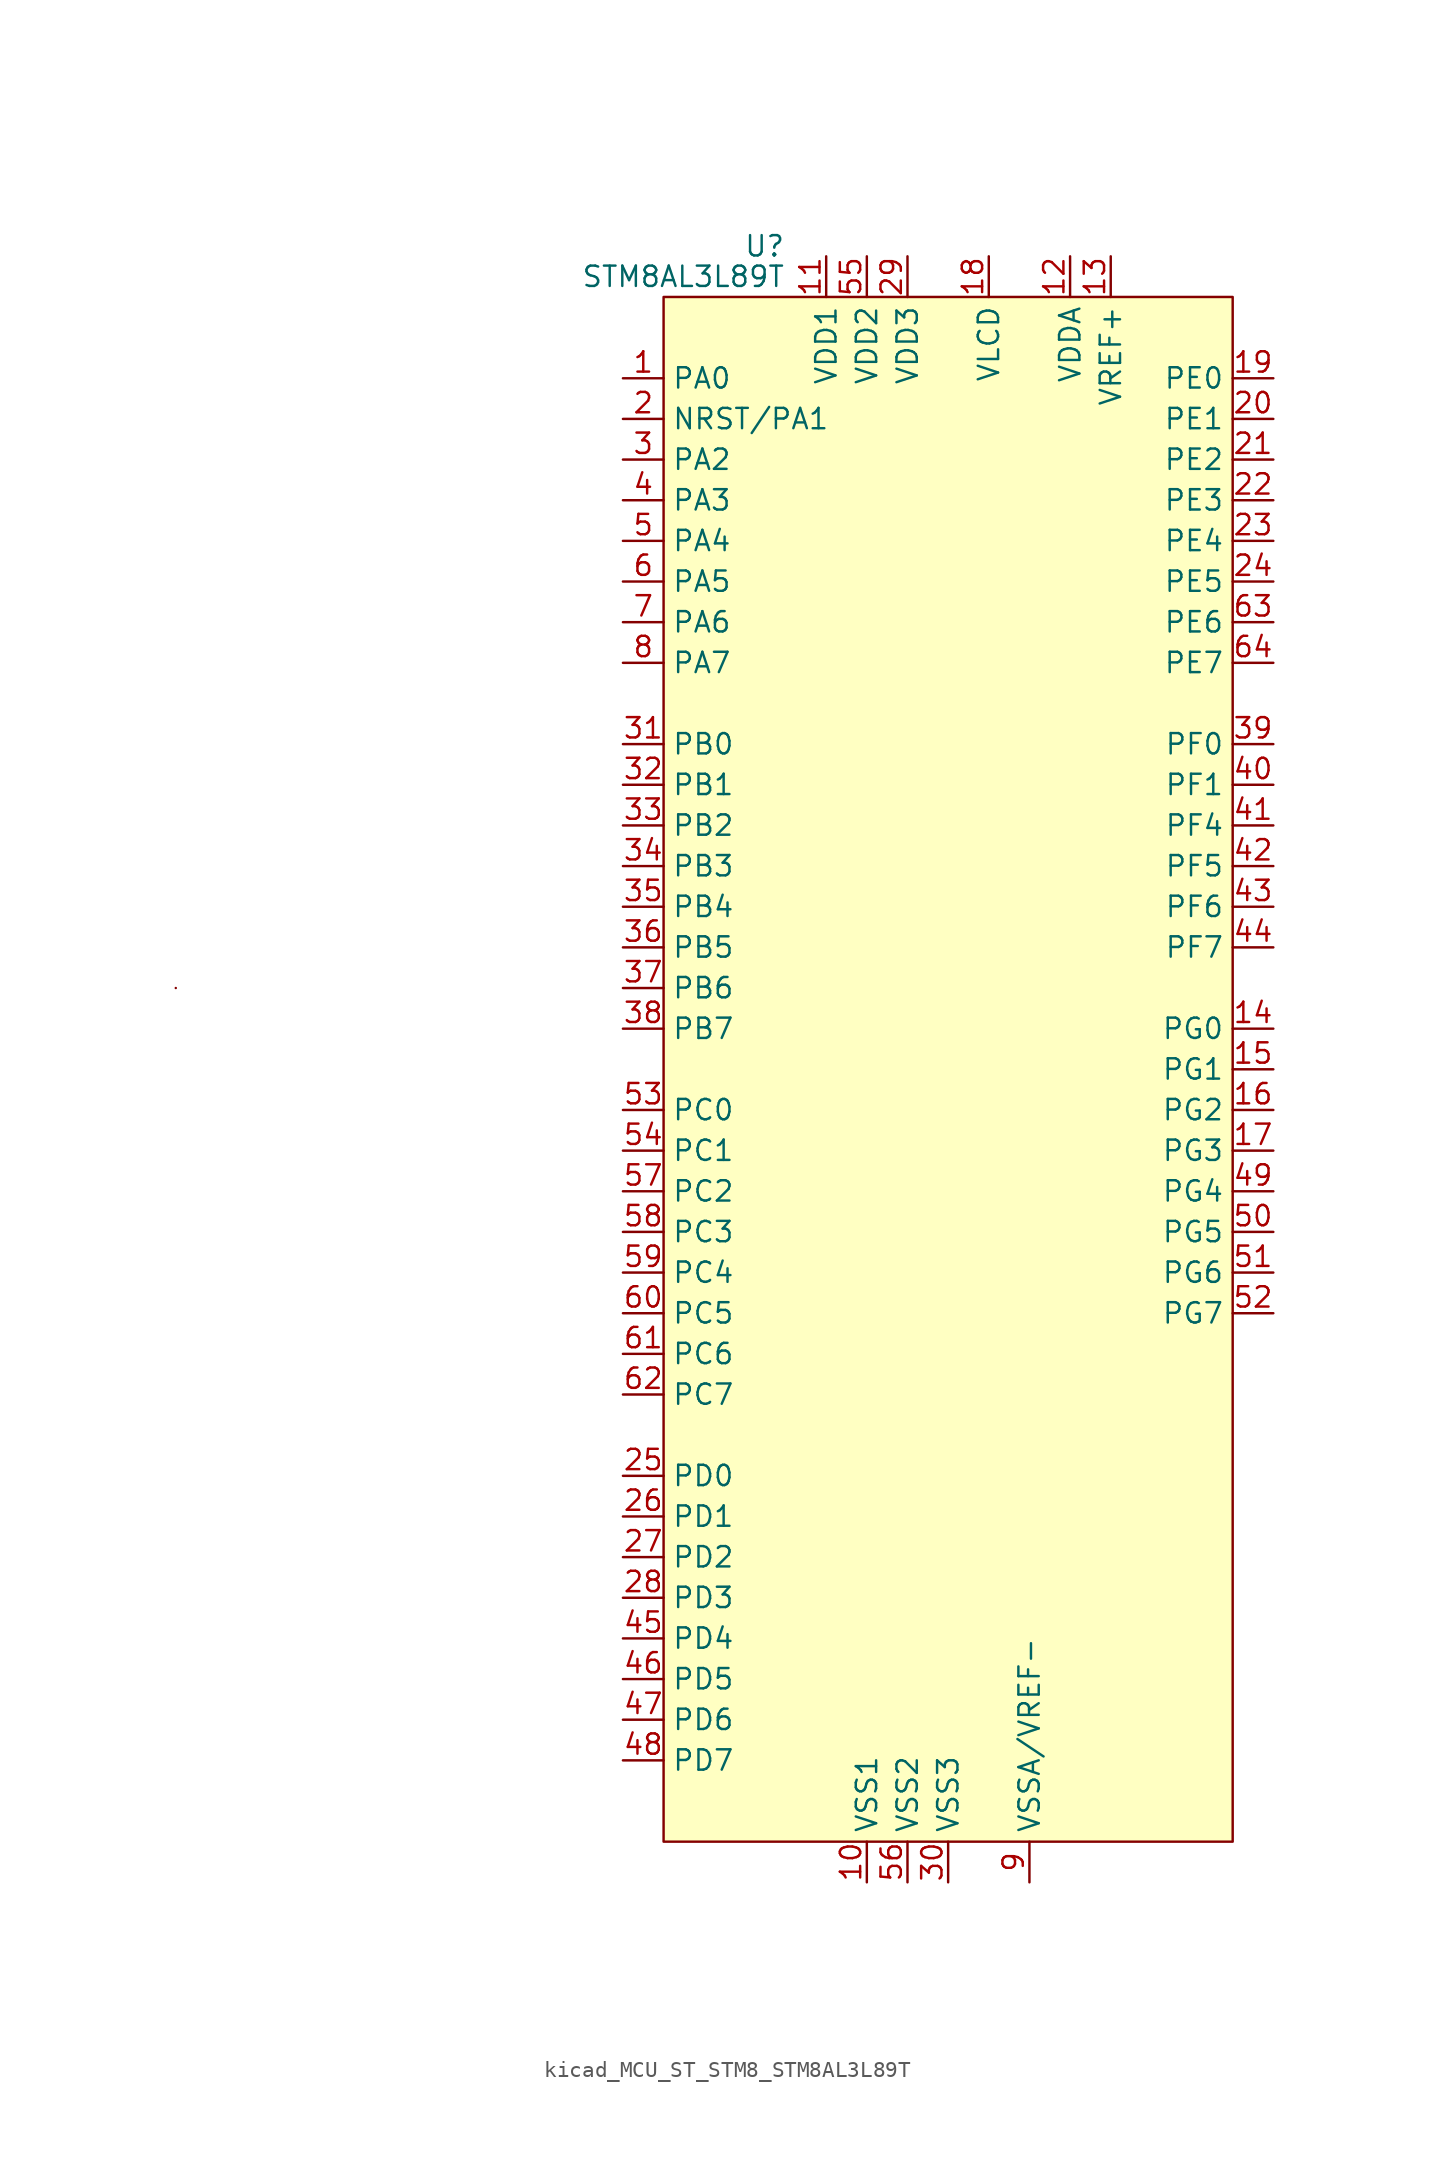
<source format=kicad_sym>
(kicad_symbol_lib
  (version 20220914)
  (generator kicad_symbol_editor)
  (symbol "kicad_MCU_ST_STM8_STM8AL3L89T"
    (property "Reference" "U"
      (at -10.16 51.435 0)
      (effects (font (size 1.27 1.27)) (justify right)))
    (property "Value" "STM8AL3L89T"
      (at -10.16 49.53 0)
      (effects (font (size 1.27 1.27)) (justify right)))
    (symbol "kicad_MCU_ST_STM8_STM8AL3L89T_0_0"
      (pin bidirectional line (at -20.32 43.18 0) (length 2.54) (name "PA0" (effects (font (size 1.27 1.27)))) (number "1" (effects (font (size 1.27 1.27)))))
      (pin power_in line (at -5.08 -50.8 90) (length 2.54) (name "VSS1" (effects (font (size 1.27 1.27)))) (number "10" (effects (font (size 1.27 1.27)))))
      (pin power_in line (at -7.62 50.8 270) (length 2.54) (name "VDD1" (effects (font (size 1.27 1.27)))) (number "11" (effects (font (size 1.27 1.27)))))
      (pin power_in line (at 7.62 50.8 270) (length 2.54) (name "VDDA" (effects (font (size 1.27 1.27)))) (number "12" (effects (font (size 1.27 1.27)))))
      (pin power_in line (at 10.16 50.8 270) (length 2.54) (name "VREF+" (effects (font (size 1.27 1.27)))) (number "13" (effects (font (size 1.27 1.27)))))
      (pin bidirectional line (at 20.32 2.54 180) (length 2.54) (name "PG0" (effects (font (size 1.27 1.27)))) (number "14" (effects (font (size 1.27 1.27)))))
      (pin bidirectional line (at 20.32 0 180) (length 2.54) (name "PG1" (effects (font (size 1.27 1.27)))) (number "15" (effects (font (size 1.27 1.27)))))
      (pin bidirectional line (at 20.32 -2.54 180) (length 2.54) (name "PG2" (effects (font (size 1.27 1.27)))) (number "16" (effects (font (size 1.27 1.27)))))
      (pin bidirectional line (at 20.32 -5.08 180) (length 2.54) (name "PG3" (effects (font (size 1.27 1.27)))) (number "17" (effects (font (size 1.27 1.27)))))
      (pin power_in line (at 2.54 50.8 270) (length 2.54) (name "VLCD" (effects (font (size 1.27 1.27)))) (number "18" (effects (font (size 1.27 1.27)))))
      (pin bidirectional line (at 20.32 43.18 180) (length 2.54) (name "PE0" (effects (font (size 1.27 1.27)))) (number "19" (effects (font (size 1.27 1.27)))))
      (pin bidirectional line (at -20.32 40.64 0) (length 2.54) (name "NRST/PA1" (effects (font (size 1.27 1.27)))) (number "2" (effects (font (size 1.27 1.27)))))
      (pin bidirectional line (at 20.32 40.64 180) (length 2.54) (name "PE1" (effects (font (size 1.27 1.27)))) (number "20" (effects (font (size 1.27 1.27)))))
      (pin bidirectional line (at 20.32 38.1 180) (length 2.54) (name "PE2" (effects (font (size 1.27 1.27)))) (number "21" (effects (font (size 1.27 1.27)))))
      (pin bidirectional line (at 20.32 35.56 180) (length 2.54) (name "PE3" (effects (font (size 1.27 1.27)))) (number "22" (effects (font (size 1.27 1.27)))))
      (pin bidirectional line (at 20.32 33.02 180) (length 2.54) (name "PE4" (effects (font (size 1.27 1.27)))) (number "23" (effects (font (size 1.27 1.27)))))
      (pin bidirectional line (at 20.32 30.48 180) (length 2.54) (name "PE5" (effects (font (size 1.27 1.27)))) (number "24" (effects (font (size 1.27 1.27)))))
      (pin bidirectional line (at -20.32 -25.4 0) (length 2.54) (name "PD0" (effects (font (size 1.27 1.27)))) (number "25" (effects (font (size 1.27 1.27)))))
      (pin bidirectional line (at -20.32 -27.94 0) (length 2.54) (name "PD1" (effects (font (size 1.27 1.27)))) (number "26" (effects (font (size 1.27 1.27)))))
      (pin bidirectional line (at -20.32 -30.48 0) (length 2.54) (name "PD2" (effects (font (size 1.27 1.27)))) (number "27" (effects (font (size 1.27 1.27)))))
      (pin bidirectional line (at -20.32 -33.02 0) (length 2.54) (name "PD3" (effects (font (size 1.27 1.27)))) (number "28" (effects (font (size 1.27 1.27)))))
      (pin power_in line (at -2.54 50.8 270) (length 2.54) (name "VDD3" (effects (font (size 1.27 1.27)))) (number "29" (effects (font (size 1.27 1.27)))))
      (pin bidirectional line (at -20.32 38.1 0) (length 2.54) (name "PA2" (effects (font (size 1.27 1.27)))) (number "3" (effects (font (size 1.27 1.27)))))
      (pin power_in line (at 0 -50.8 90) (length 2.54) (name "VSS3" (effects (font (size 1.27 1.27)))) (number "30" (effects (font (size 1.27 1.27)))))
      (pin bidirectional line (at -20.32 20.32 0) (length 2.54) (name "PB0" (effects (font (size 1.27 1.27)))) (number "31" (effects (font (size 1.27 1.27)))))
      (pin bidirectional line (at -20.32 17.78 0) (length 2.54) (name "PB1" (effects (font (size 1.27 1.27)))) (number "32" (effects (font (size 1.27 1.27)))))
      (pin bidirectional line (at -20.32 15.24 0) (length 2.54) (name "PB2" (effects (font (size 1.27 1.27)))) (number "33" (effects (font (size 1.27 1.27)))))
      (pin bidirectional line (at -20.32 12.7 0) (length 2.54) (name "PB3" (effects (font (size 1.27 1.27)))) (number "34" (effects (font (size 1.27 1.27)))))
      (pin bidirectional line (at -20.32 10.16 0) (length 2.54) (name "PB4" (effects (font (size 1.27 1.27)))) (number "35" (effects (font (size 1.27 1.27)))))
      (pin bidirectional line (at -20.32 7.62 0) (length 2.54) (name "PB5" (effects (font (size 1.27 1.27)))) (number "36" (effects (font (size 1.27 1.27)))))
      (pin bidirectional line (at -20.32 5.08 0) (length 2.54) (name "PB6" (effects (font (size 1.27 1.27)))) (number "37" (effects (font (size 1.27 1.27)))))
      (pin bidirectional line (at -20.32 2.54 0) (length 2.54) (name "PB7" (effects (font (size 1.27 1.27)))) (number "38" (effects (font (size 1.27 1.27)))))
      (pin bidirectional line (at 20.32 20.32 180) (length 2.54) (name "PF0" (effects (font (size 1.27 1.27)))) (number "39" (effects (font (size 1.27 1.27)))))
      (pin bidirectional line (at -20.32 35.56 0) (length 2.54) (name "PA3" (effects (font (size 1.27 1.27)))) (number "4" (effects (font (size 1.27 1.27)))))
      (pin bidirectional line (at 20.32 17.78 180) (length 2.54) (name "PF1" (effects (font (size 1.27 1.27)))) (number "40" (effects (font (size 1.27 1.27)))))
      (pin bidirectional line (at 20.32 15.24 180) (length 2.54) (name "PF4" (effects (font (size 1.27 1.27)))) (number "41" (effects (font (size 1.27 1.27)))))
      (pin bidirectional line (at 20.32 12.7 180) (length 2.54) (name "PF5" (effects (font (size 1.27 1.27)))) (number "42" (effects (font (size 1.27 1.27)))))
      (pin bidirectional line (at 20.32 10.16 180) (length 2.54) (name "PF6" (effects (font (size 1.27 1.27)))) (number "43" (effects (font (size 1.27 1.27)))))
      (pin bidirectional line (at 20.32 7.62 180) (length 2.54) (name "PF7" (effects (font (size 1.27 1.27)))) (number "44" (effects (font (size 1.27 1.27)))))
      (pin bidirectional line (at -20.32 -35.56 0) (length 2.54) (name "PD4" (effects (font (size 1.27 1.27)))) (number "45" (effects (font (size 1.27 1.27)))))
      (pin bidirectional line (at -20.32 -38.1 0) (length 2.54) (name "PD5" (effects (font (size 1.27 1.27)))) (number "46" (effects (font (size 1.27 1.27)))))
      (pin bidirectional line (at -20.32 -40.64 0) (length 2.54) (name "PD6" (effects (font (size 1.27 1.27)))) (number "47" (effects (font (size 1.27 1.27)))))
      (pin bidirectional line (at -20.32 -43.18 0) (length 2.54) (name "PD7" (effects (font (size 1.27 1.27)))) (number "48" (effects (font (size 1.27 1.27)))))
      (pin bidirectional line (at 20.32 -7.62 180) (length 2.54) (name "PG4" (effects (font (size 1.27 1.27)))) (number "49" (effects (font (size 1.27 1.27)))))
      (pin bidirectional line (at -20.32 33.02 0) (length 2.54) (name "PA4" (effects (font (size 1.27 1.27)))) (number "5" (effects (font (size 1.27 1.27)))))
      (pin bidirectional line (at 20.32 -10.16 180) (length 2.54) (name "PG5" (effects (font (size 1.27 1.27)))) (number "50" (effects (font (size 1.27 1.27)))))
      (pin bidirectional line (at 20.32 -12.7 180) (length 2.54) (name "PG6" (effects (font (size 1.27 1.27)))) (number "51" (effects (font (size 1.27 1.27)))))
      (pin bidirectional line (at 20.32 -15.24 180) (length 2.54) (name "PG7" (effects (font (size 1.27 1.27)))) (number "52" (effects (font (size 1.27 1.27)))))
      (pin bidirectional line (at -20.32 -2.54 0) (length 2.54) (name "PC0" (effects (font (size 1.27 1.27)))) (number "53" (effects (font (size 1.27 1.27)))))
      (pin bidirectional line (at -20.32 -5.08 0) (length 2.54) (name "PC1" (effects (font (size 1.27 1.27)))) (number "54" (effects (font (size 1.27 1.27)))))
      (pin power_in line (at -5.08 50.8 270) (length 2.54) (name "VDD2" (effects (font (size 1.27 1.27)))) (number "55" (effects (font (size 1.27 1.27)))))
      (pin power_in line (at -2.54 -50.8 90) (length 2.54) (name "VSS2" (effects (font (size 1.27 1.27)))) (number "56" (effects (font (size 1.27 1.27)))))
      (pin bidirectional line (at -20.32 -7.62 0) (length 2.54) (name "PC2" (effects (font (size 1.27 1.27)))) (number "57" (effects (font (size 1.27 1.27)))))
      (pin bidirectional line (at -20.32 -10.16 0) (length 2.54) (name "PC3" (effects (font (size 1.27 1.27)))) (number "58" (effects (font (size 1.27 1.27)))))
      (pin bidirectional line (at -20.32 -12.7 0) (length 2.54) (name "PC4" (effects (font (size 1.27 1.27)))) (number "59" (effects (font (size 1.27 1.27)))))
      (pin bidirectional line (at -20.32 30.48 0) (length 2.54) (name "PA5" (effects (font (size 1.27 1.27)))) (number "6" (effects (font (size 1.27 1.27)))))
      (pin bidirectional line (at -20.32 -15.24 0) (length 2.54) (name "PC5" (effects (font (size 1.27 1.27)))) (number "60" (effects (font (size 1.27 1.27)))))
      (pin bidirectional line (at -20.32 -17.78 0) (length 2.54) (name "PC6" (effects (font (size 1.27 1.27)))) (number "61" (effects (font (size 1.27 1.27)))))
      (pin bidirectional line (at -20.32 -20.32 0) (length 2.54) (name "PC7" (effects (font (size 1.27 1.27)))) (number "62" (effects (font (size 1.27 1.27)))))
      (pin bidirectional line (at 20.32 27.94 180) (length 2.54) (name "PE6" (effects (font (size 1.27 1.27)))) (number "63" (effects (font (size 1.27 1.27)))))
      (pin bidirectional line (at 20.32 25.4 180) (length 2.54) (name "PE7" (effects (font (size 1.27 1.27)))) (number "64" (effects (font (size 1.27 1.27)))))
      (pin bidirectional line (at -20.32 27.94 0) (length 2.54) (name "PA6" (effects (font (size 1.27 1.27)))) (number "7" (effects (font (size 1.27 1.27)))))
      (pin bidirectional line (at -20.32 25.4 0) (length 2.54) (name "PA7" (effects (font (size 1.27 1.27)))) (number "8" (effects (font (size 1.27 1.27)))))
      (pin power_in line (at 5.08 -50.8 90) (length 2.54) (name "VSSA/VREF-" (effects (font (size 1.27 1.27)))) (number "9" (effects (font (size 1.27 1.27))))))
    (symbol "kicad_MCU_ST_STM8_STM8AL3L89T_0_1"
      (rectangle (start -48.26 5.08) (end -48.26 5.08) (stroke (width 0.152) (type default)) (fill (type none)))
      (rectangle (start -17.78 48.26) (end 17.78 -48.26) (stroke (width 0) (type default)) (fill (type background))))))
</source>
